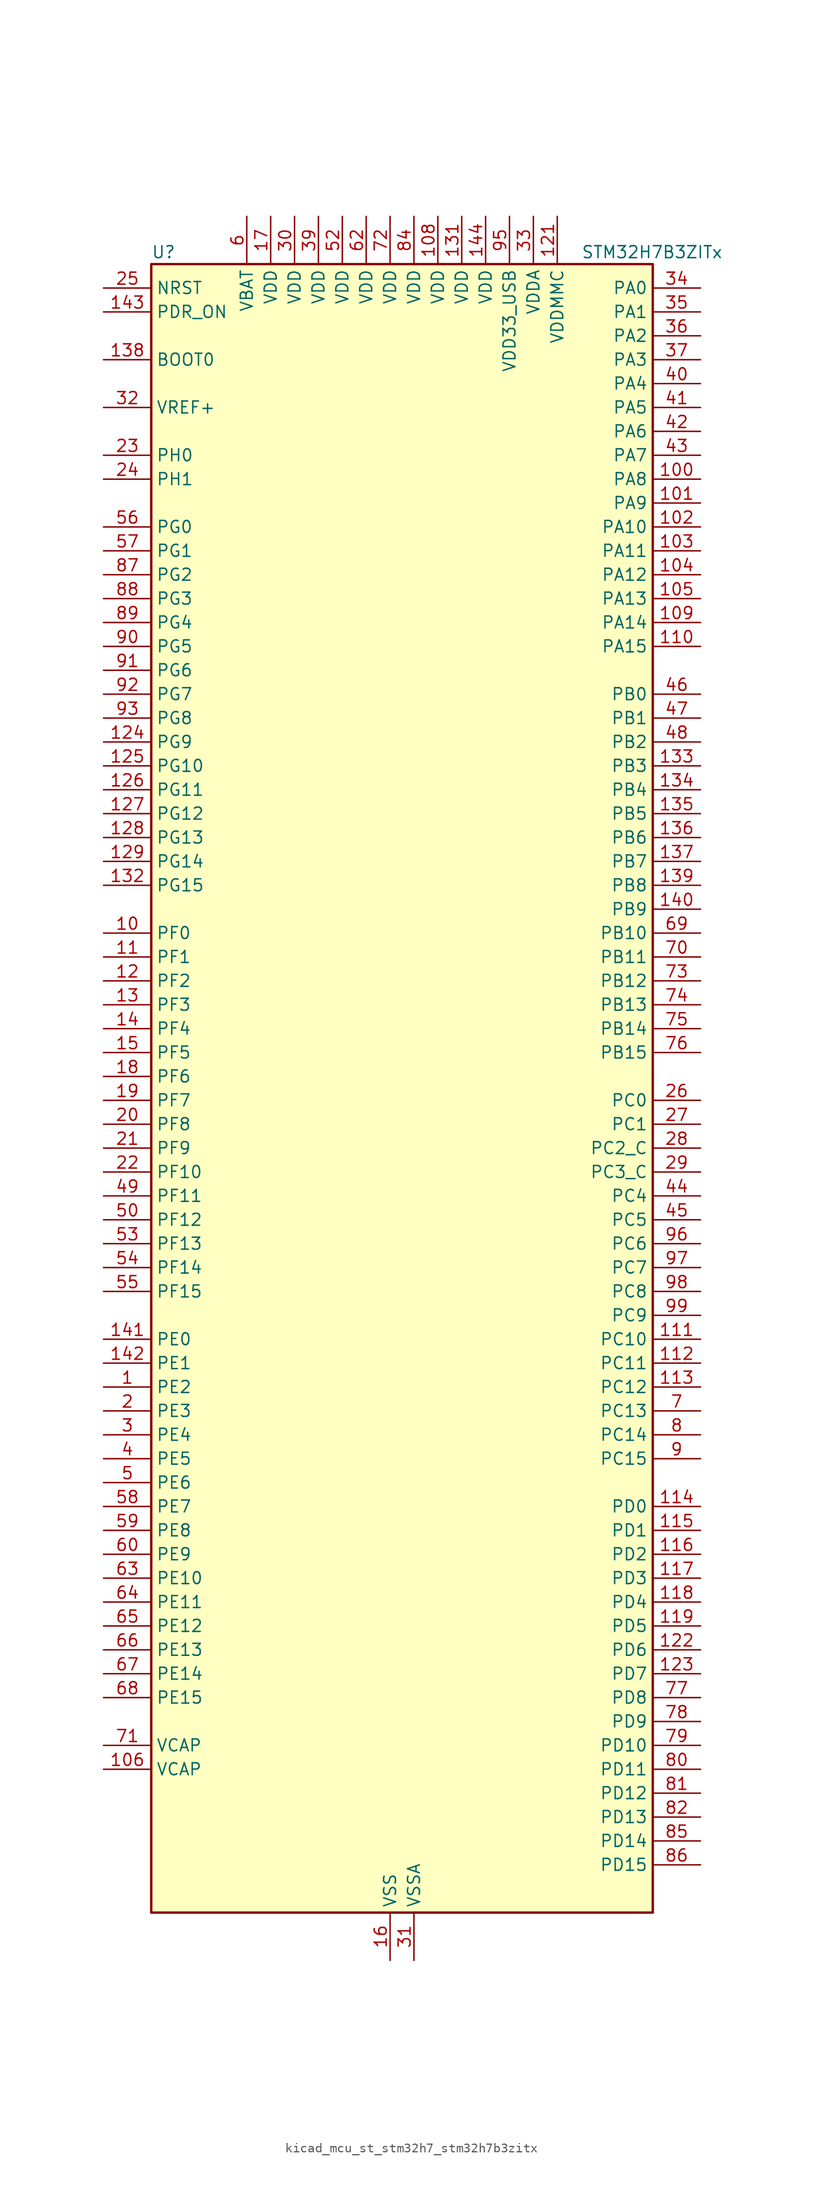
<source format=kicad_sym>
(kicad_symbol_lib
  (version 20220914)
  (generator kicad_symbol_editor)
  (symbol "kicad_mcu_st_stm32h7_stm32h7b3zitx"
    (property "Reference" "U"
      (at -25.4 90.17 0)
      (effects (font (size 1.27 1.27)) (justify left)))
    (property "Value" "STM32H7B3ZITx"
      (at 20.32 90.17 0)
      (effects (font (size 1.27 1.27)) (justify left)))
    (property "ki_locked" ""
      (at 0 0 0)
      (effects (font (size 1.27 1.27))))
    (symbol "kicad_mcu_st_stm32h7_stm32h7b3zitx_0_1"
      (rectangle (start -25.4 -86.36) (end 27.94 88.9) (stroke (width 0.254) (type default)) (fill (type background))))
    (symbol "kicad_mcu_st_stm32h7_stm32h7b3zitx_1_1"
      (pin bidirectional line (at -30.48 -30.48 0) (length 5.08) (name "PE2" (effects (font (size 1.27 1.27)))) (number "1" (effects (font (size 1.27 1.27)))) (alternate "DEBUG_TRACECLK" bidirectional line) (alternate "FMC_A23" bidirectional line) (alternate "OCTOSPIM_P1_IO2" bidirectional line) (alternate "SAI1_CK1" bidirectional line) (alternate "SAI1_MCLK_A" bidirectional line) (alternate "SPI4_SCK" bidirectional line) (alternate "USART10_RX" bidirectional line))
      (pin bidirectional line (at -30.48 17.78 0) (length 5.08) (name "PF0" (effects (font (size 1.27 1.27)))) (number "10" (effects (font (size 1.27 1.27)))) (alternate "FMC_A0" bidirectional line) (alternate "I2C2_SDA" bidirectional line) (alternate "OCTOSPIM_P2_IO0" bidirectional line))
      (pin bidirectional line (at 33.02 66.04 180) (length 5.08) (name "PA8" (effects (font (size 1.27 1.27)))) (number "100" (effects (font (size 1.27 1.27)))) (alternate "I2C3_SCL" bidirectional line) (alternate "LTDC_B3" bidirectional line) (alternate "LTDC_R6" bidirectional line) (alternate "RCC_MCO_1" bidirectional line) (alternate "TIM1_CH1" bidirectional line) (alternate "TIM8_BKIN2" bidirectional line) (alternate "TIM8_BKIN2_COMP1" bidirectional line) (alternate "TIM8_BKIN2_COMP2" bidirectional line) (alternate "UART7_RX" bidirectional line) (alternate "USART1_CK" bidirectional line) (alternate "USB_OTG_HS_SOF" bidirectional line))
      (pin bidirectional line (at 33.02 63.5 180) (length 5.08) (name "PA9" (effects (font (size 1.27 1.27)))) (number "101" (effects (font (size 1.27 1.27)))) (alternate "DAC1_EXTI9" bidirectional line) (alternate "DCMI_D0" bidirectional line) (alternate "I2C3_SMBA" bidirectional line) (alternate "I2S2_CK" bidirectional line) (alternate "LPUART1_TX" bidirectional line) (alternate "LTDC_R5" bidirectional line) (alternate "PSSI_D0" bidirectional line) (alternate "SPI2_SCK" bidirectional line) (alternate "TIM1_CH2" bidirectional line) (alternate "USART1_TX" bidirectional line) (alternate "USB_OTG_HS_VBUS" bidirectional line))
      (pin bidirectional line (at 33.02 60.96 180) (length 5.08) (name "PA10" (effects (font (size 1.27 1.27)))) (number "102" (effects (font (size 1.27 1.27)))) (alternate "DCMI_D1" bidirectional line) (alternate "LPUART1_RX" bidirectional line) (alternate "LTDC_B1" bidirectional line) (alternate "LTDC_B4" bidirectional line) (alternate "MDIOS_MDIO" bidirectional line) (alternate "PSSI_D1" bidirectional line) (alternate "TIM1_CH3" bidirectional line) (alternate "USART1_RX" bidirectional line) (alternate "USB_OTG_HS_ID" bidirectional line))
      (pin bidirectional line (at 33.02 58.42 180) (length 5.08) (name "PA11" (effects (font (size 1.27 1.27)))) (number "103" (effects (font (size 1.27 1.27)))) (alternate "ADC1_EXTI11" bidirectional line) (alternate "ADC2_EXTI11" bidirectional line) (alternate "FDCAN1_RX" bidirectional line) (alternate "I2S2_WS" bidirectional line) (alternate "LPUART1_CTS" bidirectional line) (alternate "LTDC_R4" bidirectional line) (alternate "SPI2_NSS" bidirectional line) (alternate "TIM1_CH4" bidirectional line) (alternate "UART4_RX" bidirectional line) (alternate "USART1_CTS" bidirectional line) (alternate "USART1_NSS" bidirectional line) (alternate "USB_OTG_HS_DM" bidirectional line))
      (pin bidirectional line (at 33.02 55.88 180) (length 5.08) (name "PA12" (effects (font (size 1.27 1.27)))) (number "104" (effects (font (size 1.27 1.27)))) (alternate "FDCAN1_TX" bidirectional line) (alternate "I2S2_CK" bidirectional line) (alternate "LPUART1_DE" bidirectional line) (alternate "LPUART1_RTS" bidirectional line) (alternate "LTDC_R5" bidirectional line) (alternate "SAI2_FS_B" bidirectional line) (alternate "SPI2_SCK" bidirectional line) (alternate "TIM1_ETR" bidirectional line) (alternate "UART4_TX" bidirectional line) (alternate "USART1_DE" bidirectional line) (alternate "USART1_RTS" bidirectional line) (alternate "USB_OTG_HS_DP" bidirectional line))
      (pin bidirectional line (at 33.02 53.34 180) (length 5.08) (name "PA13" (effects (font (size 1.27 1.27)))) (number "105" (effects (font (size 1.27 1.27)))) (alternate "DEBUG_JTMS-SWDIO" bidirectional line))
      (pin power_out line (at -30.48 -71.12 0) (length 5.08) (name "VCAP" (effects (font (size 1.27 1.27)))) (number "106" (effects (font (size 1.27 1.27)))))
      (pin passive line (at 0 -91.44 90) (length 5.08) hide (name "VSS" (effects (font (size 1.27 1.27)))) (number "107" (effects (font (size 1.27 1.27)))))
      (pin power_in line (at 5.08 93.98 270) (length 5.08) (name "VDD" (effects (font (size 1.27 1.27)))) (number "108" (effects (font (size 1.27 1.27)))))
      (pin bidirectional line (at 33.02 50.8 180) (length 5.08) (name "PA14" (effects (font (size 1.27 1.27)))) (number "109" (effects (font (size 1.27 1.27)))) (alternate "DEBUG_JTCK-SWCLK" bidirectional line))
      (pin bidirectional line (at -30.48 15.24 0) (length 5.08) (name "PF1" (effects (font (size 1.27 1.27)))) (number "11" (effects (font (size 1.27 1.27)))) (alternate "FMC_A1" bidirectional line) (alternate "I2C2_SCL" bidirectional line) (alternate "OCTOSPIM_P2_IO1" bidirectional line))
      (pin bidirectional line (at 33.02 48.26 180) (length 5.08) (name "PA15" (effects (font (size 1.27 1.27)))) (number "110" (effects (font (size 1.27 1.27)))) (alternate "ADC1_EXTI15" bidirectional line) (alternate "ADC2_EXTI15" bidirectional line) (alternate "CEC" bidirectional line) (alternate "DEBUG_JTDI" bidirectional line) (alternate "I2S1_WS" bidirectional line) (alternate "I2S3_WS" bidirectional line) (alternate "I2S6_WS" bidirectional line) (alternate "LTDC_B6" bidirectional line) (alternate "LTDC_R3" bidirectional line) (alternate "SPI1_NSS" bidirectional line) (alternate "SPI3_NSS" bidirectional line) (alternate "SPI6_NSS" bidirectional line) (alternate "TIM2_CH1" bidirectional line) (alternate "TIM2_ETR" bidirectional line) (alternate "UART4_DE" bidirectional line) (alternate "UART4_RTS" bidirectional line) (alternate "UART7_TX" bidirectional line))
      (pin bidirectional line (at 33.02 -25.4 180) (length 5.08) (name "PC10" (effects (font (size 1.27 1.27)))) (number "111" (effects (font (size 1.27 1.27)))) (alternate "DCMI_D8" bidirectional line) (alternate "DFSDM1_CKIN5" bidirectional line) (alternate "DFSDM2_CKIN0" bidirectional line) (alternate "I2S3_CK" bidirectional line) (alternate "LTDC_B1" bidirectional line) (alternate "LTDC_R2" bidirectional line) (alternate "OCTOSPIM_P1_IO1" bidirectional line) (alternate "PSSI_D8" bidirectional line) (alternate "SDMMC1_D2" bidirectional line) (alternate "SPI3_SCK" bidirectional line) (alternate "SWPMI1_RX" bidirectional line) (alternate "UART4_TX" bidirectional line) (alternate "USART3_TX" bidirectional line))
      (pin bidirectional line (at 33.02 -27.94 180) (length 5.08) (name "PC11" (effects (font (size 1.27 1.27)))) (number "112" (effects (font (size 1.27 1.27)))) (alternate "ADC1_EXTI11" bidirectional line) (alternate "ADC2_EXTI11" bidirectional line) (alternate "DCMI_D4" bidirectional line) (alternate "DFSDM1_DATIN5" bidirectional line) (alternate "DFSDM2_DATIN0" bidirectional line) (alternate "I2S3_SDI" bidirectional line) (alternate "LTDC_B4" bidirectional line) (alternate "OCTOSPIM_P1_NCS" bidirectional line) (alternate "PSSI_D4" bidirectional line) (alternate "SDMMC1_D3" bidirectional line) (alternate "SPI3_MISO" bidirectional line) (alternate "UART4_RX" bidirectional line) (alternate "USART3_RX" bidirectional line))
      (pin bidirectional line (at 33.02 -30.48 180) (length 5.08) (name "PC12" (effects (font (size 1.27 1.27)))) (number "113" (effects (font (size 1.27 1.27)))) (alternate "DCMI_D9" bidirectional line) (alternate "DEBUG_TRACED3" bidirectional line) (alternate "DFSDM2_CKOUT" bidirectional line) (alternate "I2S3_SDO" bidirectional line) (alternate "I2S6_CK" bidirectional line) (alternate "LTDC_R6" bidirectional line) (alternate "PSSI_D9" bidirectional line) (alternate "SDMMC1_CK" bidirectional line) (alternate "SPI3_MOSI" bidirectional line) (alternate "SPI6_SCK" bidirectional line) (alternate "TIM15_CH1" bidirectional line) (alternate "UART5_TX" bidirectional line) (alternate "USART3_CK" bidirectional line))
      (pin bidirectional line (at 33.02 -43.18 180) (length 5.08) (name "PD0" (effects (font (size 1.27 1.27)))) (number "114" (effects (font (size 1.27 1.27)))) (alternate "DFSDM1_CKIN6" bidirectional line) (alternate "FDCAN1_RX" bidirectional line) (alternate "FMC_D2" bidirectional line) (alternate "FMC_DA2" bidirectional line) (alternate "LTDC_B1" bidirectional line) (alternate "UART4_RX" bidirectional line) (alternate "UART9_CTS" bidirectional line))
      (pin bidirectional line (at 33.02 -45.72 180) (length 5.08) (name "PD1" (effects (font (size 1.27 1.27)))) (number "115" (effects (font (size 1.27 1.27)))) (alternate "DFSDM1_DATIN6" bidirectional line) (alternate "FDCAN1_TX" bidirectional line) (alternate "FMC_D3" bidirectional line) (alternate "FMC_DA3" bidirectional line) (alternate "UART4_TX" bidirectional line))
      (pin bidirectional line (at 33.02 -48.26 180) (length 5.08) (name "PD2" (effects (font (size 1.27 1.27)))) (number "116" (effects (font (size 1.27 1.27)))) (alternate "DCMI_D11" bidirectional line) (alternate "DEBUG_TRACED2" bidirectional line) (alternate "LTDC_B2" bidirectional line) (alternate "LTDC_B7" bidirectional line) (alternate "PSSI_D11" bidirectional line) (alternate "SDMMC1_CMD" bidirectional line) (alternate "TIM15_BKIN" bidirectional line) (alternate "TIM3_ETR" bidirectional line) (alternate "UART5_RX" bidirectional line))
      (pin bidirectional line (at 33.02 -50.8 180) (length 5.08) (name "PD3" (effects (font (size 1.27 1.27)))) (number "117" (effects (font (size 1.27 1.27)))) (alternate "DCMI_D5" bidirectional line) (alternate "DFSDM1_CKOUT" bidirectional line) (alternate "FMC_CLK" bidirectional line) (alternate "I2S2_CK" bidirectional line) (alternate "LTDC_G7" bidirectional line) (alternate "PSSI_D5" bidirectional line) (alternate "SPI2_SCK" bidirectional line) (alternate "USART2_CTS" bidirectional line) (alternate "USART2_NSS" bidirectional line))
      (pin bidirectional line (at 33.02 -53.34 180) (length 5.08) (name "PD4" (effects (font (size 1.27 1.27)))) (number "118" (effects (font (size 1.27 1.27)))) (alternate "FMC_NOE" bidirectional line) (alternate "OCTOSPIM_P1_IO4" bidirectional line) (alternate "USART2_DE" bidirectional line) (alternate "USART2_RTS" bidirectional line))
      (pin bidirectional line (at 33.02 -55.88 180) (length 5.08) (name "PD5" (effects (font (size 1.27 1.27)))) (number "119" (effects (font (size 1.27 1.27)))) (alternate "FMC_NWE" bidirectional line) (alternate "OCTOSPIM_P1_IO5" bidirectional line) (alternate "USART2_TX" bidirectional line))
      (pin bidirectional line (at -30.48 12.7 0) (length 5.08) (name "PF2" (effects (font (size 1.27 1.27)))) (number "12" (effects (font (size 1.27 1.27)))) (alternate "FMC_A2" bidirectional line) (alternate "I2C2_SMBA" bidirectional line) (alternate "OCTOSPIM_P2_IO2" bidirectional line))
      (pin passive line (at 0 -91.44 90) (length 5.08) hide (name "VSS" (effects (font (size 1.27 1.27)))) (number "120" (effects (font (size 1.27 1.27)))))
      (pin power_in line (at 17.78 93.98 270) (length 5.08) (name "VDDMMC" (effects (font (size 1.27 1.27)))) (number "121" (effects (font (size 1.27 1.27)))))
      (pin bidirectional line (at 33.02 -58.42 180) (length 5.08) (name "PD6" (effects (font (size 1.27 1.27)))) (number "122" (effects (font (size 1.27 1.27)))) (alternate "DCMI_D10" bidirectional line) (alternate "DFSDM1_CKIN4" bidirectional line) (alternate "DFSDM1_DATIN1" bidirectional line) (alternate "FMC_NWAIT" bidirectional line) (alternate "I2S3_SDO" bidirectional line) (alternate "LTDC_B2" bidirectional line) (alternate "OCTOSPIM_P1_IO6" bidirectional line) (alternate "PSSI_D10" bidirectional line) (alternate "SAI1_D1" bidirectional line) (alternate "SAI1_SD_A" bidirectional line) (alternate "SDMMC2_CK" bidirectional line) (alternate "SPI3_MOSI" bidirectional line) (alternate "USART2_RX" bidirectional line))
      (pin bidirectional line (at 33.02 -60.96 180) (length 5.08) (name "PD7" (effects (font (size 1.27 1.27)))) (number "123" (effects (font (size 1.27 1.27)))) (alternate "DFSDM1_CKIN1" bidirectional line) (alternate "DFSDM1_DATIN4" bidirectional line) (alternate "FMC_NE1" bidirectional line) (alternate "I2S1_SDO" bidirectional line) (alternate "OCTOSPIM_P1_IO7" bidirectional line) (alternate "SDMMC2_CMD" bidirectional line) (alternate "SPDIFRX_IN0" bidirectional line) (alternate "SPI1_MOSI" bidirectional line) (alternate "USART2_CK" bidirectional line))
      (pin bidirectional line (at -30.48 38.1 0) (length 5.08) (name "PG9" (effects (font (size 1.27 1.27)))) (number "124" (effects (font (size 1.27 1.27)))) (alternate "DAC1_EXTI9" bidirectional line) (alternate "DCMI_VSYNC" bidirectional line) (alternate "FMC_NCE" bidirectional line) (alternate "FMC_NE2" bidirectional line) (alternate "I2S1_SDI" bidirectional line) (alternate "OCTOSPIM_P1_IO6" bidirectional line) (alternate "PSSI_RDY" bidirectional line) (alternate "SAI2_FS_B" bidirectional line) (alternate "SDMMC2_D0" bidirectional line) (alternate "SPDIFRX_IN3" bidirectional line) (alternate "SPI1_MISO" bidirectional line) (alternate "USART6_RX" bidirectional line))
      (pin bidirectional line (at -30.48 35.56 0) (length 5.08) (name "PG10" (effects (font (size 1.27 1.27)))) (number "125" (effects (font (size 1.27 1.27)))) (alternate "DCMI_D2" bidirectional line) (alternate "FMC_NE3" bidirectional line) (alternate "I2S1_WS" bidirectional line) (alternate "LTDC_B2" bidirectional line) (alternate "LTDC_G3" bidirectional line) (alternate "OCTOSPIM_P2_IO6" bidirectional line) (alternate "PSSI_D2" bidirectional line) (alternate "SAI2_SD_B" bidirectional line) (alternate "SDMMC2_D1" bidirectional line) (alternate "SPI1_NSS" bidirectional line))
      (pin bidirectional line (at -30.48 33.02 0) (length 5.08) (name "PG11" (effects (font (size 1.27 1.27)))) (number "126" (effects (font (size 1.27 1.27)))) (alternate "ADC1_EXTI11" bidirectional line) (alternate "ADC2_EXTI11" bidirectional line) (alternate "DCMI_D3" bidirectional line) (alternate "I2S1_CK" bidirectional line) (alternate "LPTIM1_IN2" bidirectional line) (alternate "LTDC_B3" bidirectional line) (alternate "OCTOSPIM_P2_IO7" bidirectional line) (alternate "PSSI_D3" bidirectional line) (alternate "SDMMC2_D2" bidirectional line) (alternate "SPDIFRX_IN0" bidirectional line) (alternate "SPI1_SCK" bidirectional line) (alternate "USART10_RX" bidirectional line))
      (pin bidirectional line (at -30.48 30.48 0) (length 5.08) (name "PG12" (effects (font (size 1.27 1.27)))) (number "127" (effects (font (size 1.27 1.27)))) (alternate "FMC_NE4" bidirectional line) (alternate "I2S6_SDI" bidirectional line) (alternate "LPTIM1_IN1" bidirectional line) (alternate "LTDC_B1" bidirectional line) (alternate "LTDC_B4" bidirectional line) (alternate "OCTOSPIM_P2_NCS" bidirectional line) (alternate "SDMMC2_D3" bidirectional line) (alternate "SPDIFRX_IN1" bidirectional line) (alternate "SPI6_MISO" bidirectional line) (alternate "USART10_TX" bidirectional line) (alternate "USART6_DE" bidirectional line) (alternate "USART6_RTS" bidirectional line))
      (pin bidirectional line (at -30.48 27.94 0) (length 5.08) (name "PG13" (effects (font (size 1.27 1.27)))) (number "128" (effects (font (size 1.27 1.27)))) (alternate "DEBUG_TRACED0" bidirectional line) (alternate "FMC_A24" bidirectional line) (alternate "I2S6_CK" bidirectional line) (alternate "LPTIM1_OUT" bidirectional line) (alternate "LTDC_R0" bidirectional line) (alternate "SDMMC2_D6" bidirectional line) (alternate "SPI6_SCK" bidirectional line) (alternate "USART10_CTS" bidirectional line) (alternate "USART10_NSS" bidirectional line) (alternate "USART6_CTS" bidirectional line) (alternate "USART6_NSS" bidirectional line))
      (pin bidirectional line (at -30.48 25.4 0) (length 5.08) (name "PG14" (effects (font (size 1.27 1.27)))) (number "129" (effects (font (size 1.27 1.27)))) (alternate "DEBUG_TRACED1" bidirectional line) (alternate "FMC_A25" bidirectional line) (alternate "I2S6_SDO" bidirectional line) (alternate "LPTIM1_ETR" bidirectional line) (alternate "LTDC_B0" bidirectional line) (alternate "OCTOSPIM_P1_IO7" bidirectional line) (alternate "SDMMC2_D7" bidirectional line) (alternate "SPI6_MOSI" bidirectional line) (alternate "USART10_DE" bidirectional line) (alternate "USART10_RTS" bidirectional line) (alternate "USART6_TX" bidirectional line))
      (pin bidirectional line (at -30.48 10.16 0) (length 5.08) (name "PF3" (effects (font (size 1.27 1.27)))) (number "13" (effects (font (size 1.27 1.27)))) (alternate "FMC_A3" bidirectional line) (alternate "OCTOSPIM_P2_IO3" bidirectional line))
      (pin passive line (at 0 -91.44 90) (length 5.08) hide (name "VSS" (effects (font (size 1.27 1.27)))) (number "130" (effects (font (size 1.27 1.27)))))
      (pin power_in line (at 7.62 93.98 270) (length 5.08) (name "VDD" (effects (font (size 1.27 1.27)))) (number "131" (effects (font (size 1.27 1.27)))))
      (pin bidirectional line (at -30.48 22.86 0) (length 5.08) (name "PG15" (effects (font (size 1.27 1.27)))) (number "132" (effects (font (size 1.27 1.27)))) (alternate "ADC1_EXTI15" bidirectional line) (alternate "ADC2_EXTI15" bidirectional line) (alternate "DCMI_D13" bidirectional line) (alternate "FMC_SDNCAS" bidirectional line) (alternate "OCTOSPIM_P2_DQS" bidirectional line) (alternate "PSSI_D13" bidirectional line) (alternate "USART10_CK" bidirectional line) (alternate "USART6_CTS" bidirectional line) (alternate "USART6_NSS" bidirectional line))
      (pin bidirectional line (at 33.02 35.56 180) (length 5.08) (name "PB3" (effects (font (size 1.27 1.27)))) (number "133" (effects (font (size 1.27 1.27)))) (alternate "CRS_SYNC" bidirectional line) (alternate "DEBUG_JTDO-SWO" bidirectional line) (alternate "I2S1_CK" bidirectional line) (alternate "I2S3_CK" bidirectional line) (alternate "I2S6_CK" bidirectional line) (alternate "SDMMC2_D2" bidirectional line) (alternate "SPI1_SCK" bidirectional line) (alternate "SPI3_SCK" bidirectional line) (alternate "SPI6_SCK" bidirectional line) (alternate "TIM2_CH2" bidirectional line) (alternate "UART7_RX" bidirectional line))
      (pin bidirectional line (at 33.02 33.02 180) (length 5.08) (name "PB4" (effects (font (size 1.27 1.27)))) (number "134" (effects (font (size 1.27 1.27)))) (alternate "DEBUG_JTRST" bidirectional line) (alternate "I2S1_SDI" bidirectional line) (alternate "I2S2_WS" bidirectional line) (alternate "I2S3_SDI" bidirectional line) (alternate "I2S6_SDI" bidirectional line) (alternate "SDMMC2_D3" bidirectional line) (alternate "SPI1_MISO" bidirectional line) (alternate "SPI2_NSS" bidirectional line) (alternate "SPI3_MISO" bidirectional line) (alternate "SPI6_MISO" bidirectional line) (alternate "TIM16_BKIN" bidirectional line) (alternate "TIM3_CH1" bidirectional line) (alternate "UART7_TX" bidirectional line))
      (pin bidirectional line (at 33.02 30.48 180) (length 5.08) (name "PB5" (effects (font (size 1.27 1.27)))) (number "135" (effects (font (size 1.27 1.27)))) (alternate "DCMI_D10" bidirectional line) (alternate "FDCAN2_RX" bidirectional line) (alternate "FMC_SDCKE1" bidirectional line) (alternate "I2C1_SMBA" bidirectional line) (alternate "I2C4_SMBA" bidirectional line) (alternate "I2S1_SDO" bidirectional line) (alternate "I2S3_SDO" bidirectional line) (alternate "I2S6_SDO" bidirectional line) (alternate "LTDC_B5" bidirectional line) (alternate "PSSI_D10" bidirectional line) (alternate "SPI1_MOSI" bidirectional line) (alternate "SPI3_MOSI" bidirectional line) (alternate "SPI6_MOSI" bidirectional line) (alternate "TIM17_BKIN" bidirectional line) (alternate "TIM3_CH2" bidirectional line) (alternate "UART5_RX" bidirectional line) (alternate "USB_OTG_HS_ULPI_D7" bidirectional line))
      (pin bidirectional line (at 33.02 27.94 180) (length 5.08) (name "PB6" (effects (font (size 1.27 1.27)))) (number "136" (effects (font (size 1.27 1.27)))) (alternate "CEC" bidirectional line) (alternate "DCMI_D5" bidirectional line) (alternate "DFSDM1_DATIN5" bidirectional line) (alternate "FDCAN2_TX" bidirectional line) (alternate "FMC_SDNE1" bidirectional line) (alternate "I2C1_SCL" bidirectional line) (alternate "I2C4_SCL" bidirectional line) (alternate "LPUART1_TX" bidirectional line) (alternate "OCTOSPIM_P1_NCS" bidirectional line) (alternate "PSSI_D5" bidirectional line) (alternate "TIM16_CH1N" bidirectional line) (alternate "TIM4_CH1" bidirectional line) (alternate "UART5_TX" bidirectional line) (alternate "USART1_TX" bidirectional line))
      (pin bidirectional line (at 33.02 25.4 180) (length 5.08) (name "PB7" (effects (font (size 1.27 1.27)))) (number "137" (effects (font (size 1.27 1.27)))) (alternate "DCMI_VSYNC" bidirectional line) (alternate "DFSDM1_CKIN5" bidirectional line) (alternate "FMC_NL" bidirectional line) (alternate "I2C1_SDA" bidirectional line) (alternate "I2C4_SDA" bidirectional line) (alternate "LPUART1_RX" bidirectional line) (alternate "PSSI_RDY" bidirectional line) (alternate "PWR_PVD_IN" bidirectional line) (alternate "TIM17_CH1N" bidirectional line) (alternate "TIM4_CH2" bidirectional line) (alternate "USART1_RX" bidirectional line))
      (pin input line (at -30.48 78.74 0) (length 5.08) (name "BOOT0" (effects (font (size 1.27 1.27)))) (number "138" (effects (font (size 1.27 1.27)))))
      (pin bidirectional line (at 33.02 22.86 180) (length 5.08) (name "PB8" (effects (font (size 1.27 1.27)))) (number "139" (effects (font (size 1.27 1.27)))) (alternate "DCMI_D6" bidirectional line) (alternate "DFSDM1_CKIN7" bidirectional line) (alternate "FDCAN1_RX" bidirectional line) (alternate "I2C1_SCL" bidirectional line) (alternate "I2C4_SCL" bidirectional line) (alternate "LTDC_B6" bidirectional line) (alternate "PSSI_D6" bidirectional line) (alternate "SDMMC1_CKIN" bidirectional line) (alternate "SDMMC1_D4" bidirectional line) (alternate "SDMMC2_D4" bidirectional line) (alternate "TIM16_CH1" bidirectional line) (alternate "TIM4_CH3" bidirectional line) (alternate "UART4_RX" bidirectional line))
      (pin bidirectional line (at -30.48 7.62 0) (length 5.08) (name "PF4" (effects (font (size 1.27 1.27)))) (number "14" (effects (font (size 1.27 1.27)))) (alternate "FMC_A4" bidirectional line) (alternate "OCTOSPIM_P2_CLK" bidirectional line))
      (pin bidirectional line (at 33.02 20.32 180) (length 5.08) (name "PB9" (effects (font (size 1.27 1.27)))) (number "140" (effects (font (size 1.27 1.27)))) (alternate "DAC1_EXTI9" bidirectional line) (alternate "DCMI_D7" bidirectional line) (alternate "DFSDM1_DATIN7" bidirectional line) (alternate "FDCAN1_TX" bidirectional line) (alternate "I2C1_SDA" bidirectional line) (alternate "I2C4_SDA" bidirectional line) (alternate "I2C4_SMBA" bidirectional line) (alternate "I2S2_WS" bidirectional line) (alternate "LTDC_B7" bidirectional line) (alternate "PSSI_D7" bidirectional line) (alternate "SDMMC1_CDIR" bidirectional line) (alternate "SDMMC1_D5" bidirectional line) (alternate "SDMMC2_D5" bidirectional line) (alternate "SPI2_NSS" bidirectional line) (alternate "TIM17_CH1" bidirectional line) (alternate "TIM4_CH4" bidirectional line) (alternate "UART4_TX" bidirectional line))
      (pin bidirectional line (at -30.48 -25.4 0) (length 5.08) (name "PE0" (effects (font (size 1.27 1.27)))) (number "141" (effects (font (size 1.27 1.27)))) (alternate "DCMI_D2" bidirectional line) (alternate "FMC_NBL0" bidirectional line) (alternate "LPTIM1_ETR" bidirectional line) (alternate "LPTIM2_ETR" bidirectional line) (alternate "LTDC_R0" bidirectional line) (alternate "PSSI_D2" bidirectional line) (alternate "SAI2_MCLK_A" bidirectional line) (alternate "TIM4_ETR" bidirectional line) (alternate "UART8_RX" bidirectional line))
      (pin bidirectional line (at -30.48 -27.94 0) (length 5.08) (name "PE1" (effects (font (size 1.27 1.27)))) (number "142" (effects (font (size 1.27 1.27)))) (alternate "DCMI_D3" bidirectional line) (alternate "FMC_NBL1" bidirectional line) (alternate "LPTIM1_IN2" bidirectional line) (alternate "LTDC_R6" bidirectional line) (alternate "PSSI_D3" bidirectional line) (alternate "UART8_TX" bidirectional line))
      (pin input line (at -30.48 83.82 0) (length 5.08) (name "PDR_ON" (effects (font (size 1.27 1.27)))) (number "143" (effects (font (size 1.27 1.27)))))
      (pin power_in line (at 10.16 93.98 270) (length 5.08) (name "VDD" (effects (font (size 1.27 1.27)))) (number "144" (effects (font (size 1.27 1.27)))))
      (pin bidirectional line (at -30.48 5.08 0) (length 5.08) (name "PF5" (effects (font (size 1.27 1.27)))) (number "15" (effects (font (size 1.27 1.27)))) (alternate "FMC_A5" bidirectional line) (alternate "OCTOSPIM_P2_NCLK" bidirectional line))
      (pin power_in line (at 0 -91.44 90) (length 5.08) (name "VSS" (effects (font (size 1.27 1.27)))) (number "16" (effects (font (size 1.27 1.27)))))
      (pin power_in line (at -12.7 93.98 270) (length 5.08) (name "VDD" (effects (font (size 1.27 1.27)))) (number "17" (effects (font (size 1.27 1.27)))))
      (pin bidirectional line (at -30.48 2.54 0) (length 5.08) (name "PF6" (effects (font (size 1.27 1.27)))) (number "18" (effects (font (size 1.27 1.27)))) (alternate "OCTOSPIM_P1_IO3" bidirectional line) (alternate "SAI1_SD_B" bidirectional line) (alternate "SPI5_NSS" bidirectional line) (alternate "TIM16_CH1" bidirectional line) (alternate "UART7_RX" bidirectional line))
      (pin bidirectional line (at -30.48 0 0) (length 5.08) (name "PF7" (effects (font (size 1.27 1.27)))) (number "19" (effects (font (size 1.27 1.27)))) (alternate "OCTOSPIM_P1_IO2" bidirectional line) (alternate "SAI1_MCLK_B" bidirectional line) (alternate "SPI5_SCK" bidirectional line) (alternate "TIM17_CH1" bidirectional line) (alternate "UART7_TX" bidirectional line))
      (pin bidirectional line (at -30.48 -33.02 0) (length 5.08) (name "PE3" (effects (font (size 1.27 1.27)))) (number "2" (effects (font (size 1.27 1.27)))) (alternate "DEBUG_TRACED0" bidirectional line) (alternate "FMC_A19" bidirectional line) (alternate "SAI1_SD_B" bidirectional line) (alternate "TIM15_BKIN" bidirectional line) (alternate "USART10_TX" bidirectional line))
      (pin bidirectional line (at -30.48 -2.54 0) (length 5.08) (name "PF8" (effects (font (size 1.27 1.27)))) (number "20" (effects (font (size 1.27 1.27)))) (alternate "OCTOSPIM_P1_IO0" bidirectional line) (alternate "SAI1_SCK_B" bidirectional line) (alternate "SPI5_MISO" bidirectional line) (alternate "TIM13_CH1" bidirectional line) (alternate "TIM16_CH1N" bidirectional line) (alternate "UART7_DE" bidirectional line) (alternate "UART7_RTS" bidirectional line))
      (pin bidirectional line (at -30.48 -5.08 0) (length 5.08) (name "PF9" (effects (font (size 1.27 1.27)))) (number "21" (effects (font (size 1.27 1.27)))) (alternate "DAC1_EXTI9" bidirectional line) (alternate "OCTOSPIM_P1_IO1" bidirectional line) (alternate "SAI1_FS_B" bidirectional line) (alternate "SPI5_MOSI" bidirectional line) (alternate "TIM14_CH1" bidirectional line) (alternate "TIM17_CH1N" bidirectional line) (alternate "UART7_CTS" bidirectional line))
      (pin bidirectional line (at -30.48 -7.62 0) (length 5.08) (name "PF10" (effects (font (size 1.27 1.27)))) (number "22" (effects (font (size 1.27 1.27)))) (alternate "DCMI_D11" bidirectional line) (alternate "LTDC_DE" bidirectional line) (alternate "OCTOSPIM_P1_CLK" bidirectional line) (alternate "PSSI_D11" bidirectional line) (alternate "PSSI_D15" bidirectional line) (alternate "SAI1_D3" bidirectional line) (alternate "TIM16_BKIN" bidirectional line))
      (pin bidirectional line (at -30.48 68.58 0) (length 5.08) (name "PH0" (effects (font (size 1.27 1.27)))) (number "23" (effects (font (size 1.27 1.27)))) (alternate "RCC_OSC_IN" bidirectional line))
      (pin bidirectional line (at -30.48 66.04 0) (length 5.08) (name "PH1" (effects (font (size 1.27 1.27)))) (number "24" (effects (font (size 1.27 1.27)))) (alternate "RCC_OSC_OUT" bidirectional line))
      (pin input line (at -30.48 86.36 0) (length 5.08) (name "NRST" (effects (font (size 1.27 1.27)))) (number "25" (effects (font (size 1.27 1.27)))))
      (pin bidirectional line (at 33.02 0 180) (length 5.08) (name "PC0" (effects (font (size 1.27 1.27)))) (number "26" (effects (font (size 1.27 1.27)))) (alternate "ADC1_INP10" bidirectional line) (alternate "ADC2_INP10" bidirectional line) (alternate "DFSDM1_CKIN0" bidirectional line) (alternate "DFSDM1_DATIN4" bidirectional line) (alternate "FMC_A25" bidirectional line) (alternate "FMC_SDNWE" bidirectional line) (alternate "LTDC_G2" bidirectional line) (alternate "LTDC_R5" bidirectional line) (alternate "SAI2_FS_B" bidirectional line) (alternate "USB_OTG_HS_ULPI_STP" bidirectional line))
      (pin bidirectional line (at 33.02 -2.54 180) (length 5.08) (name "PC1" (effects (font (size 1.27 1.27)))) (number "27" (effects (font (size 1.27 1.27)))) (alternate "ADC1_INN10" bidirectional line) (alternate "ADC1_INP11" bidirectional line) (alternate "ADC2_INN10" bidirectional line) (alternate "ADC2_INP11" bidirectional line) (alternate "DEBUG_TRACED0" bidirectional line) (alternate "DFSDM1_CKIN4" bidirectional line) (alternate "DFSDM1_DATIN0" bidirectional line) (alternate "I2S2_SDO" bidirectional line) (alternate "LTDC_G5" bidirectional line) (alternate "MDIOS_MDC" bidirectional line) (alternate "OCTOSPIM_P1_IO4" bidirectional line) (alternate "PWR_WKUP6" bidirectional line) (alternate "RTC_TAMP3" bidirectional line) (alternate "SAI1_D1" bidirectional line) (alternate "SAI1_SD_A" bidirectional line) (alternate "SDMMC2_CK" bidirectional line) (alternate "SPI2_MOSI" bidirectional line))
      (pin bidirectional line (at 33.02 -5.08 180) (length 5.08) (name "PC2_C" (effects (font (size 1.27 1.27)))) (number "28" (effects (font (size 1.27 1.27)))) (alternate "ADC2_INN1" bidirectional line) (alternate "ADC2_INP0" bidirectional line) (alternate "DFSDM1_CKIN1" bidirectional line) (alternate "DFSDM1_CKOUT" bidirectional line) (alternate "FMC_SDNE0" bidirectional line) (alternate "I2S2_SDI" bidirectional line) (alternate "OCTOSPIM_P1_IO2" bidirectional line) (alternate "OCTOSPIM_P1_IO5" bidirectional line) (alternate "PWR_CSTOP" bidirectional line) (alternate "SPI2_MISO" bidirectional line) (alternate "USB_OTG_HS_ULPI_DIR" bidirectional line))
      (pin bidirectional line (at 33.02 -7.62 180) (length 5.08) (name "PC3_C" (effects (font (size 1.27 1.27)))) (number "29" (effects (font (size 1.27 1.27)))) (alternate "ADC2_INP1" bidirectional line) (alternate "DFSDM1_DATIN1" bidirectional line) (alternate "FMC_SDCKE0" bidirectional line) (alternate "I2S2_SDO" bidirectional line) (alternate "OCTOSPIM_P1_IO0" bidirectional line) (alternate "OCTOSPIM_P1_IO6" bidirectional line) (alternate "PWR_CSLEEP" bidirectional line) (alternate "SPI2_MOSI" bidirectional line) (alternate "USB_OTG_HS_ULPI_NXT" bidirectional line))
      (pin bidirectional line (at -30.48 -35.56 0) (length 5.08) (name "PE4" (effects (font (size 1.27 1.27)))) (number "3" (effects (font (size 1.27 1.27)))) (alternate "DCMI_D4" bidirectional line) (alternate "DEBUG_TRACED1" bidirectional line) (alternate "DFSDM1_DATIN3" bidirectional line) (alternate "FMC_A20" bidirectional line) (alternate "LTDC_B0" bidirectional line) (alternate "PSSI_D4" bidirectional line) (alternate "SAI1_D2" bidirectional line) (alternate "SAI1_FS_A" bidirectional line) (alternate "SPI4_NSS" bidirectional line) (alternate "TIM15_CH1N" bidirectional line))
      (pin power_in line (at -10.16 93.98 270) (length 5.08) (name "VDD" (effects (font (size 1.27 1.27)))) (number "30" (effects (font (size 1.27 1.27)))))
      (pin power_in line (at 2.54 -91.44 90) (length 5.08) (name "VSSA" (effects (font (size 1.27 1.27)))) (number "31" (effects (font (size 1.27 1.27)))))
      (pin input line (at -30.48 73.66 0) (length 5.08) (name "VREF+" (effects (font (size 1.27 1.27)))) (number "32" (effects (font (size 1.27 1.27)))) (alternate "VREFBUF_OUT" bidirectional line))
      (pin power_in line (at 15.24 93.98 270) (length 5.08) (name "VDDA" (effects (font (size 1.27 1.27)))) (number "33" (effects (font (size 1.27 1.27)))))
      (pin bidirectional line (at 33.02 86.36 180) (length 5.08) (name "PA0" (effects (font (size 1.27 1.27)))) (number "34" (effects (font (size 1.27 1.27)))) (alternate "ADC1_INP16" bidirectional line) (alternate "I2S6_WS" bidirectional line) (alternate "PWR_WKUP1" bidirectional line) (alternate "SAI2_SD_B" bidirectional line) (alternate "SDMMC2_CMD" bidirectional line) (alternate "SPI6_NSS" bidirectional line) (alternate "TIM15_BKIN" bidirectional line) (alternate "TIM2_CH1" bidirectional line) (alternate "TIM2_ETR" bidirectional line) (alternate "TIM5_CH1" bidirectional line) (alternate "TIM8_ETR" bidirectional line) (alternate "UART4_TX" bidirectional line) (alternate "USART2_CTS" bidirectional line) (alternate "USART2_NSS" bidirectional line))
      (pin bidirectional line (at 33.02 83.82 180) (length 5.08) (name "PA1" (effects (font (size 1.27 1.27)))) (number "35" (effects (font (size 1.27 1.27)))) (alternate "ADC1_INN16" bidirectional line) (alternate "ADC1_INP17" bidirectional line) (alternate "LPTIM3_OUT" bidirectional line) (alternate "LTDC_R2" bidirectional line) (alternate "OCTOSPIM_P1_DQS" bidirectional line) (alternate "OCTOSPIM_P1_IO3" bidirectional line) (alternate "SAI2_MCLK_B" bidirectional line) (alternate "TIM15_CH1N" bidirectional line) (alternate "TIM2_CH2" bidirectional line) (alternate "TIM5_CH2" bidirectional line) (alternate "UART4_RX" bidirectional line) (alternate "USART2_DE" bidirectional line) (alternate "USART2_RTS" bidirectional line))
      (pin bidirectional line (at 33.02 81.28 180) (length 5.08) (name "PA2" (effects (font (size 1.27 1.27)))) (number "36" (effects (font (size 1.27 1.27)))) (alternate "ADC1_INP14" bidirectional line) (alternate "DFSDM2_CKIN1" bidirectional line) (alternate "LTDC_R1" bidirectional line) (alternate "MDIOS_MDIO" bidirectional line) (alternate "PWR_WKUP2" bidirectional line) (alternate "SAI2_SCK_B" bidirectional line) (alternate "TIM15_CH1" bidirectional line) (alternate "TIM2_CH3" bidirectional line) (alternate "TIM5_CH3" bidirectional line) (alternate "USART2_TX" bidirectional line))
      (pin bidirectional line (at 33.02 78.74 180) (length 5.08) (name "PA3" (effects (font (size 1.27 1.27)))) (number "37" (effects (font (size 1.27 1.27)))) (alternate "ADC1_INP15" bidirectional line) (alternate "I2S6_MCK" bidirectional line) (alternate "LTDC_B2" bidirectional line) (alternate "LTDC_B5" bidirectional line) (alternate "OCTOSPIM_P1_CLK" bidirectional line) (alternate "TIM15_CH2" bidirectional line) (alternate "TIM2_CH4" bidirectional line) (alternate "TIM5_CH4" bidirectional line) (alternate "USART2_RX" bidirectional line) (alternate "USB_OTG_HS_ULPI_D0" bidirectional line))
      (pin passive line (at 0 -91.44 90) (length 5.08) hide (name "VSS" (effects (font (size 1.27 1.27)))) (number "38" (effects (font (size 1.27 1.27)))))
      (pin power_in line (at -7.62 93.98 270) (length 5.08) (name "VDD" (effects (font (size 1.27 1.27)))) (number "39" (effects (font (size 1.27 1.27)))))
      (pin bidirectional line (at -30.48 -38.1 0) (length 5.08) (name "PE5" (effects (font (size 1.27 1.27)))) (number "4" (effects (font (size 1.27 1.27)))) (alternate "DCMI_D6" bidirectional line) (alternate "DEBUG_TRACED2" bidirectional line) (alternate "DFSDM1_CKIN3" bidirectional line) (alternate "FMC_A21" bidirectional line) (alternate "LTDC_G0" bidirectional line) (alternate "PSSI_D6" bidirectional line) (alternate "SAI1_CK2" bidirectional line) (alternate "SAI1_SCK_A" bidirectional line) (alternate "SPI4_MISO" bidirectional line) (alternate "TIM15_CH1" bidirectional line))
      (pin bidirectional line (at 33.02 76.2 180) (length 5.08) (name "PA4" (effects (font (size 1.27 1.27)))) (number "40" (effects (font (size 1.27 1.27)))) (alternate "ADC1_INP18" bidirectional line) (alternate "DAC1_OUT1" bidirectional line) (alternate "DCMI_HSYNC" bidirectional line) (alternate "I2S1_WS" bidirectional line) (alternate "I2S3_WS" bidirectional line) (alternate "I2S6_WS" bidirectional line) (alternate "LTDC_VSYNC" bidirectional line) (alternate "PSSI_DE" bidirectional line) (alternate "SPI1_NSS" bidirectional line) (alternate "SPI3_NSS" bidirectional line) (alternate "SPI6_NSS" bidirectional line) (alternate "TIM5_ETR" bidirectional line) (alternate "USART2_CK" bidirectional line))
      (pin bidirectional line (at 33.02 73.66 180) (length 5.08) (name "PA5" (effects (font (size 1.27 1.27)))) (number "41" (effects (font (size 1.27 1.27)))) (alternate "ADC1_INN18" bidirectional line) (alternate "ADC1_INP19" bidirectional line) (alternate "DAC1_OUT2" bidirectional line) (alternate "I2S1_CK" bidirectional line) (alternate "I2S6_CK" bidirectional line) (alternate "LTDC_R4" bidirectional line) (alternate "PSSI_D14" bidirectional line) (alternate "PWR_NDSTOP2" bidirectional line) (alternate "SPI1_SCK" bidirectional line) (alternate "SPI6_SCK" bidirectional line) (alternate "TIM2_CH1" bidirectional line) (alternate "TIM2_ETR" bidirectional line) (alternate "TIM8_CH1N" bidirectional line) (alternate "USB_OTG_HS_ULPI_CK" bidirectional line))
      (pin bidirectional line (at 33.02 71.12 180) (length 5.08) (name "PA6" (effects (font (size 1.27 1.27)))) (number "42" (effects (font (size 1.27 1.27)))) (alternate "ADC1_INP3" bidirectional line) (alternate "ADC2_INP3" bidirectional line) (alternate "DAC2_OUT1" bidirectional line) (alternate "DCMI_PIXCLK" bidirectional line) (alternate "I2S1_SDI" bidirectional line) (alternate "I2S6_SDI" bidirectional line) (alternate "LTDC_G2" bidirectional line) (alternate "MDIOS_MDC" bidirectional line) (alternate "OCTOSPIM_P1_IO3" bidirectional line) (alternate "PSSI_PDCK" bidirectional line) (alternate "SPI1_MISO" bidirectional line) (alternate "SPI6_MISO" bidirectional line) (alternate "TIM13_CH1" bidirectional line) (alternate "TIM1_BKIN" bidirectional line) (alternate "TIM1_BKIN_COMP1" bidirectional line) (alternate "TIM1_BKIN_COMP2" bidirectional line) (alternate "TIM3_CH1" bidirectional line) (alternate "TIM8_BKIN" bidirectional line) (alternate "TIM8_BKIN_COMP1" bidirectional line) (alternate "TIM8_BKIN_COMP2" bidirectional line))
      (pin bidirectional line (at 33.02 68.58 180) (length 5.08) (name "PA7" (effects (font (size 1.27 1.27)))) (number "43" (effects (font (size 1.27 1.27)))) (alternate "ADC1_INN3" bidirectional line) (alternate "ADC1_INP7" bidirectional line) (alternate "ADC2_INN3" bidirectional line) (alternate "ADC2_INP7" bidirectional line) (alternate "DFSDM2_DATIN1" bidirectional line) (alternate "FMC_SDNWE" bidirectional line) (alternate "I2S1_SDO" bidirectional line) (alternate "I2S6_SDO" bidirectional line) (alternate "LTDC_VSYNC" bidirectional line) (alternate "OCTOSPIM_P1_IO2" bidirectional line) (alternate "OPAMP1_VINM" bidirectional line) (alternate "SPI1_MOSI" bidirectional line) (alternate "SPI6_MOSI" bidirectional line) (alternate "TIM14_CH1" bidirectional line) (alternate "TIM1_CH1N" bidirectional line) (alternate "TIM3_CH2" bidirectional line) (alternate "TIM8_CH1N" bidirectional line))
      (pin bidirectional line (at 33.02 -10.16 180) (length 5.08) (name "PC4" (effects (font (size 1.27 1.27)))) (number "44" (effects (font (size 1.27 1.27)))) (alternate "ADC1_INP4" bidirectional line) (alternate "ADC2_INP4" bidirectional line) (alternate "COMP1_INM" bidirectional line) (alternate "DFSDM1_CKIN2" bidirectional line) (alternate "FMC_SDNE0" bidirectional line) (alternate "I2S1_MCK" bidirectional line) (alternate "LTDC_R7" bidirectional line) (alternate "OPAMP1_VOUT" bidirectional line) (alternate "SPDIFRX_IN2" bidirectional line))
      (pin bidirectional line (at 33.02 -12.7 180) (length 5.08) (name "PC5" (effects (font (size 1.27 1.27)))) (number "45" (effects (font (size 1.27 1.27)))) (alternate "ADC1_INN4" bidirectional line) (alternate "ADC1_INP8" bidirectional line) (alternate "ADC2_INN4" bidirectional line) (alternate "ADC2_INP8" bidirectional line) (alternate "COMP1_OUT" bidirectional line) (alternate "DFSDM1_DATIN2" bidirectional line) (alternate "FMC_SDCKE0" bidirectional line) (alternate "LTDC_DE" bidirectional line) (alternate "OCTOSPIM_P1_DQS" bidirectional line) (alternate "OPAMP1_VINM" bidirectional line) (alternate "PSSI_D15" bidirectional line) (alternate "SAI1_D3" bidirectional line) (alternate "SPDIFRX_IN3" bidirectional line))
      (pin bidirectional line (at 33.02 43.18 180) (length 5.08) (name "PB0" (effects (font (size 1.27 1.27)))) (number "46" (effects (font (size 1.27 1.27)))) (alternate "ADC1_INN5" bidirectional line) (alternate "ADC1_INP9" bidirectional line) (alternate "ADC2_INN5" bidirectional line) (alternate "ADC2_INP9" bidirectional line) (alternate "COMP1_INP" bidirectional line) (alternate "DFSDM1_CKOUT" bidirectional line) (alternate "DFSDM2_CKOUT" bidirectional line) (alternate "LTDC_G1" bidirectional line) (alternate "LTDC_R3" bidirectional line) (alternate "OCTOSPIM_P1_IO1" bidirectional line) (alternate "OPAMP1_VINP" bidirectional line) (alternate "TIM1_CH2N" bidirectional line) (alternate "TIM3_CH3" bidirectional line) (alternate "TIM8_CH2N" bidirectional line) (alternate "UART4_CTS" bidirectional line) (alternate "USB_OTG_HS_ULPI_D1" bidirectional line))
      (pin bidirectional line (at 33.02 40.64 180) (length 5.08) (name "PB1" (effects (font (size 1.27 1.27)))) (number "47" (effects (font (size 1.27 1.27)))) (alternate "ADC1_INP5" bidirectional line) (alternate "ADC2_INP5" bidirectional line) (alternate "COMP1_INM" bidirectional line) (alternate "DFSDM1_DATIN1" bidirectional line) (alternate "LTDC_G0" bidirectional line) (alternate "LTDC_R6" bidirectional line) (alternate "OCTOSPIM_P1_IO0" bidirectional line) (alternate "TIM1_CH3N" bidirectional line) (alternate "TIM3_CH4" bidirectional line) (alternate "TIM8_CH3N" bidirectional line) (alternate "USB_OTG_HS_ULPI_D2" bidirectional line))
      (pin bidirectional line (at 33.02 38.1 180) (length 5.08) (name "PB2" (effects (font (size 1.27 1.27)))) (number "48" (effects (font (size 1.27 1.27)))) (alternate "COMP1_INP" bidirectional line) (alternate "DFSDM1_CKIN1" bidirectional line) (alternate "I2S3_SDO" bidirectional line) (alternate "OCTOSPIM_P1_CLK" bidirectional line) (alternate "OCTOSPIM_P1_DQS" bidirectional line) (alternate "RTC_OUT_ALARM" bidirectional line) (alternate "RTC_OUT_CALIB" bidirectional line) (alternate "SAI1_D1" bidirectional line) (alternate "SAI1_SD_A" bidirectional line) (alternate "SPI3_MOSI" bidirectional line))
      (pin bidirectional line (at -30.48 -10.16 0) (length 5.08) (name "PF11" (effects (font (size 1.27 1.27)))) (number "49" (effects (font (size 1.27 1.27)))) (alternate "ADC1_EXTI11" bidirectional line) (alternate "ADC1_INP2" bidirectional line) (alternate "ADC2_EXTI11" bidirectional line) (alternate "DCMI_D12" bidirectional line) (alternate "FMC_SDNRAS" bidirectional line) (alternate "OCTOSPIM_P1_NCLK" bidirectional line) (alternate "PSSI_D12" bidirectional line) (alternate "SAI2_SD_B" bidirectional line) (alternate "SPI5_MOSI" bidirectional line))
      (pin bidirectional line (at -30.48 -40.64 0) (length 5.08) (name "PE6" (effects (font (size 1.27 1.27)))) (number "5" (effects (font (size 1.27 1.27)))) (alternate "DCMI_D7" bidirectional line) (alternate "DEBUG_TRACED3" bidirectional line) (alternate "FMC_A22" bidirectional line) (alternate "LTDC_G1" bidirectional line) (alternate "PSSI_D7" bidirectional line) (alternate "SAI1_D1" bidirectional line) (alternate "SAI1_SD_A" bidirectional line) (alternate "SAI2_MCLK_B" bidirectional line) (alternate "SPI4_MOSI" bidirectional line) (alternate "TIM15_CH2" bidirectional line) (alternate "TIM1_BKIN2" bidirectional line) (alternate "TIM1_BKIN2_COMP1" bidirectional line) (alternate "TIM1_BKIN2_COMP2" bidirectional line))
      (pin bidirectional line (at -30.48 -12.7 0) (length 5.08) (name "PF12" (effects (font (size 1.27 1.27)))) (number "50" (effects (font (size 1.27 1.27)))) (alternate "ADC1_INN2" bidirectional line) (alternate "ADC1_INP6" bidirectional line) (alternate "FMC_A6" bidirectional line) (alternate "OCTOSPIM_P2_DQS" bidirectional line))
      (pin passive line (at 0 -91.44 90) (length 5.08) hide (name "VSS" (effects (font (size 1.27 1.27)))) (number "51" (effects (font (size 1.27 1.27)))))
      (pin power_in line (at -5.08 93.98 270) (length 5.08) (name "VDD" (effects (font (size 1.27 1.27)))) (number "52" (effects (font (size 1.27 1.27)))))
      (pin bidirectional line (at -30.48 -15.24 0) (length 5.08) (name "PF13" (effects (font (size 1.27 1.27)))) (number "53" (effects (font (size 1.27 1.27)))) (alternate "ADC2_INP2" bidirectional line) (alternate "DFSDM1_DATIN6" bidirectional line) (alternate "FMC_A7" bidirectional line) (alternate "I2C4_SMBA" bidirectional line))
      (pin bidirectional line (at -30.48 -17.78 0) (length 5.08) (name "PF14" (effects (font (size 1.27 1.27)))) (number "54" (effects (font (size 1.27 1.27)))) (alternate "ADC2_INN2" bidirectional line) (alternate "ADC2_INP6" bidirectional line) (alternate "DFSDM1_CKIN6" bidirectional line) (alternate "FMC_A8" bidirectional line) (alternate "I2C4_SCL" bidirectional line))
      (pin bidirectional line (at -30.48 -20.32 0) (length 5.08) (name "PF15" (effects (font (size 1.27 1.27)))) (number "55" (effects (font (size 1.27 1.27)))) (alternate "ADC1_EXTI15" bidirectional line) (alternate "ADC2_EXTI15" bidirectional line) (alternate "FMC_A9" bidirectional line) (alternate "I2C4_SDA" bidirectional line))
      (pin bidirectional line (at -30.48 60.96 0) (length 5.08) (name "PG0" (effects (font (size 1.27 1.27)))) (number "56" (effects (font (size 1.27 1.27)))) (alternate "FMC_A10" bidirectional line) (alternate "OCTOSPIM_P2_IO4" bidirectional line) (alternate "UART9_RX" bidirectional line))
      (pin bidirectional line (at -30.48 58.42 0) (length 5.08) (name "PG1" (effects (font (size 1.27 1.27)))) (number "57" (effects (font (size 1.27 1.27)))) (alternate "FMC_A11" bidirectional line) (alternate "OCTOSPIM_P2_IO5" bidirectional line) (alternate "OPAMP2_VINM" bidirectional line) (alternate "UART9_TX" bidirectional line))
      (pin bidirectional line (at -30.48 -43.18 0) (length 5.08) (name "PE7" (effects (font (size 1.27 1.27)))) (number "58" (effects (font (size 1.27 1.27)))) (alternate "COMP2_INM" bidirectional line) (alternate "DFSDM1_DATIN2" bidirectional line) (alternate "FMC_D4" bidirectional line) (alternate "FMC_DA4" bidirectional line) (alternate "OCTOSPIM_P1_IO4" bidirectional line) (alternate "OPAMP2_VOUT" bidirectional line) (alternate "TIM1_ETR" bidirectional line) (alternate "UART7_RX" bidirectional line))
      (pin bidirectional line (at -30.48 -45.72 0) (length 5.08) (name "PE8" (effects (font (size 1.27 1.27)))) (number "59" (effects (font (size 1.27 1.27)))) (alternate "COMP2_OUT" bidirectional line) (alternate "DFSDM1_CKIN2" bidirectional line) (alternate "FMC_D5" bidirectional line) (alternate "FMC_DA5" bidirectional line) (alternate "OCTOSPIM_P1_IO5" bidirectional line) (alternate "OPAMP2_VINM" bidirectional line) (alternate "TIM1_CH1N" bidirectional line) (alternate "UART7_TX" bidirectional line))
      (pin power_in line (at -15.24 93.98 270) (length 5.08) (name "VBAT" (effects (font (size 1.27 1.27)))) (number "6" (effects (font (size 1.27 1.27)))))
      (pin bidirectional line (at -30.48 -48.26 0) (length 5.08) (name "PE9" (effects (font (size 1.27 1.27)))) (number "60" (effects (font (size 1.27 1.27)))) (alternate "COMP2_INP" bidirectional line) (alternate "DAC1_EXTI9" bidirectional line) (alternate "DFSDM1_CKOUT" bidirectional line) (alternate "FMC_D6" bidirectional line) (alternate "FMC_DA6" bidirectional line) (alternate "OCTOSPIM_P1_IO6" bidirectional line) (alternate "OPAMP2_VINP" bidirectional line) (alternate "TIM1_CH1" bidirectional line) (alternate "UART7_DE" bidirectional line) (alternate "UART7_RTS" bidirectional line))
      (pin passive line (at 0 -91.44 90) (length 5.08) hide (name "VSS" (effects (font (size 1.27 1.27)))) (number "61" (effects (font (size 1.27 1.27)))))
      (pin power_in line (at -2.54 93.98 270) (length 5.08) (name "VDD" (effects (font (size 1.27 1.27)))) (number "62" (effects (font (size 1.27 1.27)))))
      (pin bidirectional line (at -30.48 -50.8 0) (length 5.08) (name "PE10" (effects (font (size 1.27 1.27)))) (number "63" (effects (font (size 1.27 1.27)))) (alternate "COMP2_INM" bidirectional line) (alternate "DFSDM1_DATIN4" bidirectional line) (alternate "FMC_D7" bidirectional line) (alternate "FMC_DA7" bidirectional line) (alternate "OCTOSPIM_P1_IO7" bidirectional line) (alternate "TIM1_CH2N" bidirectional line) (alternate "UART7_CTS" bidirectional line))
      (pin bidirectional line (at -30.48 -53.34 0) (length 5.08) (name "PE11" (effects (font (size 1.27 1.27)))) (number "64" (effects (font (size 1.27 1.27)))) (alternate "ADC1_EXTI11" bidirectional line) (alternate "ADC2_EXTI11" bidirectional line) (alternate "COMP2_INP" bidirectional line) (alternate "DFSDM1_CKIN4" bidirectional line) (alternate "FMC_D8" bidirectional line) (alternate "FMC_DA8" bidirectional line) (alternate "LTDC_G3" bidirectional line) (alternate "OCTOSPIM_P1_NCS" bidirectional line) (alternate "SAI2_SD_B" bidirectional line) (alternate "SPI4_NSS" bidirectional line) (alternate "TIM1_CH2" bidirectional line))
      (pin bidirectional line (at -30.48 -55.88 0) (length 5.08) (name "PE12" (effects (font (size 1.27 1.27)))) (number "65" (effects (font (size 1.27 1.27)))) (alternate "COMP1_OUT" bidirectional line) (alternate "DFSDM1_DATIN5" bidirectional line) (alternate "FMC_D9" bidirectional line) (alternate "FMC_DA9" bidirectional line) (alternate "LTDC_B4" bidirectional line) (alternate "SAI2_SCK_B" bidirectional line) (alternate "SPI4_SCK" bidirectional line) (alternate "TIM1_CH3N" bidirectional line))
      (pin bidirectional line (at -30.48 -58.42 0) (length 5.08) (name "PE13" (effects (font (size 1.27 1.27)))) (number "66" (effects (font (size 1.27 1.27)))) (alternate "COMP2_OUT" bidirectional line) (alternate "DFSDM1_CKIN5" bidirectional line) (alternate "FMC_D10" bidirectional line) (alternate "FMC_DA10" bidirectional line) (alternate "LTDC_DE" bidirectional line) (alternate "SAI2_FS_B" bidirectional line) (alternate "SPI4_MISO" bidirectional line) (alternate "TIM1_CH3" bidirectional line))
      (pin bidirectional line (at -30.48 -60.96 0) (length 5.08) (name "PE14" (effects (font (size 1.27 1.27)))) (number "67" (effects (font (size 1.27 1.27)))) (alternate "FMC_D11" bidirectional line) (alternate "FMC_DA11" bidirectional line) (alternate "LTDC_CLK" bidirectional line) (alternate "SAI2_MCLK_B" bidirectional line) (alternate "SPI4_MOSI" bidirectional line) (alternate "TIM1_CH4" bidirectional line))
      (pin bidirectional line (at -30.48 -63.5 0) (length 5.08) (name "PE15" (effects (font (size 1.27 1.27)))) (number "68" (effects (font (size 1.27 1.27)))) (alternate "ADC1_EXTI15" bidirectional line) (alternate "ADC2_EXTI15" bidirectional line) (alternate "FMC_D12" bidirectional line) (alternate "FMC_DA12" bidirectional line) (alternate "LTDC_R7" bidirectional line) (alternate "TIM1_BKIN" bidirectional line) (alternate "TIM1_BKIN_COMP1" bidirectional line) (alternate "TIM1_BKIN_COMP2" bidirectional line) (alternate "USART10_CK" bidirectional line))
      (pin bidirectional line (at 33.02 17.78 180) (length 5.08) (name "PB10" (effects (font (size 1.27 1.27)))) (number "69" (effects (font (size 1.27 1.27)))) (alternate "DFSDM1_DATIN7" bidirectional line) (alternate "I2C2_SCL" bidirectional line) (alternate "I2S2_CK" bidirectional line) (alternate "LPTIM2_IN1" bidirectional line) (alternate "LTDC_G4" bidirectional line) (alternate "OCTOSPIM_P1_NCS" bidirectional line) (alternate "SPI2_SCK" bidirectional line) (alternate "TIM2_CH3" bidirectional line) (alternate "USART3_TX" bidirectional line) (alternate "USB_OTG_HS_ULPI_D3" bidirectional line))
      (pin bidirectional line (at 33.02 -33.02 180) (length 5.08) (name "PC13" (effects (font (size 1.27 1.27)))) (number "7" (effects (font (size 1.27 1.27)))) (alternate "PWR_WKUP4" bidirectional line) (alternate "RTC_OUT_ALARM" bidirectional line) (alternate "RTC_OUT_CALIB" bidirectional line) (alternate "RTC_TAMP1" bidirectional line) (alternate "RTC_TS" bidirectional line))
      (pin bidirectional line (at 33.02 15.24 180) (length 5.08) (name "PB11" (effects (font (size 1.27 1.27)))) (number "70" (effects (font (size 1.27 1.27)))) (alternate "ADC1_EXTI11" bidirectional line) (alternate "ADC2_EXTI11" bidirectional line) (alternate "DFSDM1_CKIN7" bidirectional line) (alternate "I2C2_SDA" bidirectional line) (alternate "LPTIM2_ETR" bidirectional line) (alternate "LTDC_G5" bidirectional line) (alternate "TIM2_CH4" bidirectional line) (alternate "USART3_RX" bidirectional line) (alternate "USB_OTG_HS_ULPI_D4" bidirectional line))
      (pin power_out line (at -30.48 -68.58 0) (length 5.08) (name "VCAP" (effects (font (size 1.27 1.27)))) (number "71" (effects (font (size 1.27 1.27)))))
      (pin power_in line (at 0 93.98 270) (length 5.08) (name "VDD" (effects (font (size 1.27 1.27)))) (number "72" (effects (font (size 1.27 1.27)))))
      (pin bidirectional line (at 33.02 12.7 180) (length 5.08) (name "PB12" (effects (font (size 1.27 1.27)))) (number "73" (effects (font (size 1.27 1.27)))) (alternate "DFSDM1_DATIN1" bidirectional line) (alternate "DFSDM2_DATIN1" bidirectional line) (alternate "FDCAN2_RX" bidirectional line) (alternate "I2C2_SMBA" bidirectional line) (alternate "I2S2_WS" bidirectional line) (alternate "OCTOSPIM_P1_NCLK" bidirectional line) (alternate "SPI2_NSS" bidirectional line) (alternate "TIM1_BKIN" bidirectional line) (alternate "TIM1_BKIN_COMP1" bidirectional line) (alternate "TIM1_BKIN_COMP2" bidirectional line) (alternate "UART5_RX" bidirectional line) (alternate "USART3_CK" bidirectional line) (alternate "USB_OTG_HS_ULPI_D5" bidirectional line))
      (pin bidirectional line (at 33.02 10.16 180) (length 5.08) (name "PB13" (effects (font (size 1.27 1.27)))) (number "74" (effects (font (size 1.27 1.27)))) (alternate "DCMI_D2" bidirectional line) (alternate "DFSDM1_CKIN1" bidirectional line) (alternate "DFSDM2_CKIN1" bidirectional line) (alternate "FDCAN2_TX" bidirectional line) (alternate "I2S2_CK" bidirectional line) (alternate "LPTIM2_OUT" bidirectional line) (alternate "PSSI_D2" bidirectional line) (alternate "SDMMC1_D0" bidirectional line) (alternate "SPI2_SCK" bidirectional line) (alternate "TIM1_CH1N" bidirectional line) (alternate "UART5_TX" bidirectional line) (alternate "USART3_CTS" bidirectional line) (alternate "USART3_NSS" bidirectional line) (alternate "USB_OTG_HS_ULPI_D6" bidirectional line))
      (pin bidirectional line (at 33.02 7.62 180) (length 5.08) (name "PB14" (effects (font (size 1.27 1.27)))) (number "75" (effects (font (size 1.27 1.27)))) (alternate "DFSDM1_DATIN2" bidirectional line) (alternate "I2S2_SDI" bidirectional line) (alternate "LTDC_CLK" bidirectional line) (alternate "SDMMC2_D0" bidirectional line) (alternate "SPI2_MISO" bidirectional line) (alternate "TIM12_CH1" bidirectional line) (alternate "TIM1_CH2N" bidirectional line) (alternate "TIM8_CH2N" bidirectional line) (alternate "UART4_DE" bidirectional line) (alternate "UART4_RTS" bidirectional line) (alternate "USART1_TX" bidirectional line) (alternate "USART3_DE" bidirectional line) (alternate "USART3_RTS" bidirectional line))
      (pin bidirectional line (at 33.02 5.08 180) (length 5.08) (name "PB15" (effects (font (size 1.27 1.27)))) (number "76" (effects (font (size 1.27 1.27)))) (alternate "ADC1_EXTI15" bidirectional line) (alternate "ADC2_EXTI15" bidirectional line) (alternate "DFSDM1_CKIN2" bidirectional line) (alternate "I2S2_SDO" bidirectional line) (alternate "LTDC_G7" bidirectional line) (alternate "RTC_REFIN" bidirectional line) (alternate "SDMMC2_D1" bidirectional line) (alternate "SPI2_MOSI" bidirectional line) (alternate "TIM12_CH2" bidirectional line) (alternate "TIM1_CH3N" bidirectional line) (alternate "TIM8_CH3N" bidirectional line) (alternate "UART4_CTS" bidirectional line) (alternate "USART1_RX" bidirectional line))
      (pin bidirectional line (at 33.02 -63.5 180) (length 5.08) (name "PD8" (effects (font (size 1.27 1.27)))) (number "77" (effects (font (size 1.27 1.27)))) (alternate "DFSDM1_CKIN3" bidirectional line) (alternate "FMC_D13" bidirectional line) (alternate "FMC_DA13" bidirectional line) (alternate "SPDIFRX_IN1" bidirectional line) (alternate "USART3_TX" bidirectional line))
      (pin bidirectional line (at 33.02 -66.04 180) (length 5.08) (name "PD9" (effects (font (size 1.27 1.27)))) (number "78" (effects (font (size 1.27 1.27)))) (alternate "DAC1_EXTI9" bidirectional line) (alternate "DFSDM1_DATIN3" bidirectional line) (alternate "FMC_D14" bidirectional line) (alternate "FMC_DA14" bidirectional line) (alternate "USART3_RX" bidirectional line))
      (pin bidirectional line (at 33.02 -68.58 180) (length 5.08) (name "PD10" (effects (font (size 1.27 1.27)))) (number "79" (effects (font (size 1.27 1.27)))) (alternate "DFSDM1_CKOUT" bidirectional line) (alternate "DFSDM2_CKOUT" bidirectional line) (alternate "FMC_D15" bidirectional line) (alternate "FMC_DA15" bidirectional line) (alternate "LTDC_B3" bidirectional line) (alternate "USART3_CK" bidirectional line))
      (pin bidirectional line (at 33.02 -35.56 180) (length 5.08) (name "PC14" (effects (font (size 1.27 1.27)))) (number "8" (effects (font (size 1.27 1.27)))) (alternate "RCC_OSC32_IN" bidirectional line))
      (pin bidirectional line (at 33.02 -71.12 180) (length 5.08) (name "PD11" (effects (font (size 1.27 1.27)))) (number "80" (effects (font (size 1.27 1.27)))) (alternate "ADC1_EXTI11" bidirectional line) (alternate "ADC2_EXTI11" bidirectional line) (alternate "FMC_A16" bidirectional line) (alternate "FMC_CLE" bidirectional line) (alternate "I2C4_SMBA" bidirectional line) (alternate "LPTIM2_IN2" bidirectional line) (alternate "OCTOSPIM_P1_IO0" bidirectional line) (alternate "SAI2_SD_A" bidirectional line) (alternate "USART3_CTS" bidirectional line) (alternate "USART3_NSS" bidirectional line))
      (pin bidirectional line (at 33.02 -73.66 180) (length 5.08) (name "PD12" (effects (font (size 1.27 1.27)))) (number "81" (effects (font (size 1.27 1.27)))) (alternate "DCMI_D12" bidirectional line) (alternate "FMC_A17" bidirectional line) (alternate "FMC_ALE" bidirectional line) (alternate "I2C4_SCL" bidirectional line) (alternate "LPTIM1_IN1" bidirectional line) (alternate "LPTIM2_IN1" bidirectional line) (alternate "OCTOSPIM_P1_IO1" bidirectional line) (alternate "PSSI_D12" bidirectional line) (alternate "SAI2_FS_A" bidirectional line) (alternate "TIM4_CH1" bidirectional line) (alternate "USART3_DE" bidirectional line) (alternate "USART3_RTS" bidirectional line))
      (pin bidirectional line (at 33.02 -76.2 180) (length 5.08) (name "PD13" (effects (font (size 1.27 1.27)))) (number "82" (effects (font (size 1.27 1.27)))) (alternate "DCMI_D13" bidirectional line) (alternate "FMC_A18" bidirectional line) (alternate "I2C4_SDA" bidirectional line) (alternate "LPTIM1_OUT" bidirectional line) (alternate "OCTOSPIM_P1_IO3" bidirectional line) (alternate "PSSI_D13" bidirectional line) (alternate "SAI2_SCK_A" bidirectional line) (alternate "TIM4_CH2" bidirectional line) (alternate "UART9_DE" bidirectional line) (alternate "UART9_RTS" bidirectional line))
      (pin passive line (at 0 -91.44 90) (length 5.08) hide (name "VSS" (effects (font (size 1.27 1.27)))) (number "83" (effects (font (size 1.27 1.27)))))
      (pin power_in line (at 2.54 93.98 270) (length 5.08) (name "VDD" (effects (font (size 1.27 1.27)))) (number "84" (effects (font (size 1.27 1.27)))))
      (pin bidirectional line (at 33.02 -78.74 180) (length 5.08) (name "PD14" (effects (font (size 1.27 1.27)))) (number "85" (effects (font (size 1.27 1.27)))) (alternate "FMC_D0" bidirectional line) (alternate "FMC_DA0" bidirectional line) (alternate "TIM4_CH3" bidirectional line) (alternate "UART8_CTS" bidirectional line) (alternate "UART9_RX" bidirectional line))
      (pin bidirectional line (at 33.02 -81.28 180) (length 5.08) (name "PD15" (effects (font (size 1.27 1.27)))) (number "86" (effects (font (size 1.27 1.27)))) (alternate "ADC1_EXTI15" bidirectional line) (alternate "ADC2_EXTI15" bidirectional line) (alternate "FMC_D1" bidirectional line) (alternate "FMC_DA1" bidirectional line) (alternate "TIM4_CH4" bidirectional line) (alternate "UART8_DE" bidirectional line) (alternate "UART8_RTS" bidirectional line) (alternate "UART9_TX" bidirectional line))
      (pin bidirectional line (at -30.48 55.88 0) (length 5.08) (name "PG2" (effects (font (size 1.27 1.27)))) (number "87" (effects (font (size 1.27 1.27)))) (alternate "FMC_A12" bidirectional line) (alternate "TIM8_BKIN" bidirectional line) (alternate "TIM8_BKIN_COMP1" bidirectional line) (alternate "TIM8_BKIN_COMP2" bidirectional line))
      (pin bidirectional line (at -30.48 53.34 0) (length 5.08) (name "PG3" (effects (font (size 1.27 1.27)))) (number "88" (effects (font (size 1.27 1.27)))) (alternate "FMC_A13" bidirectional line) (alternate "TIM8_BKIN2" bidirectional line) (alternate "TIM8_BKIN2_COMP1" bidirectional line) (alternate "TIM8_BKIN2_COMP2" bidirectional line))
      (pin bidirectional line (at -30.48 50.8 0) (length 5.08) (name "PG4" (effects (font (size 1.27 1.27)))) (number "89" (effects (font (size 1.27 1.27)))) (alternate "FMC_A14" bidirectional line) (alternate "FMC_BA0" bidirectional line) (alternate "TIM1_BKIN2" bidirectional line) (alternate "TIM1_BKIN2_COMP1" bidirectional line) (alternate "TIM1_BKIN2_COMP2" bidirectional line))
      (pin bidirectional line (at 33.02 -38.1 180) (length 5.08) (name "PC15" (effects (font (size 1.27 1.27)))) (number "9" (effects (font (size 1.27 1.27)))) (alternate "ADC1_EXTI15" bidirectional line) (alternate "ADC2_EXTI15" bidirectional line) (alternate "RCC_OSC32_OUT" bidirectional line))
      (pin bidirectional line (at -30.48 48.26 0) (length 5.08) (name "PG5" (effects (font (size 1.27 1.27)))) (number "90" (effects (font (size 1.27 1.27)))) (alternate "FMC_A15" bidirectional line) (alternate "FMC_BA1" bidirectional line) (alternate "TIM1_ETR" bidirectional line))
      (pin bidirectional line (at -30.48 45.72 0) (length 5.08) (name "PG6" (effects (font (size 1.27 1.27)))) (number "91" (effects (font (size 1.27 1.27)))) (alternate "DCMI_D12" bidirectional line) (alternate "FMC_NE3" bidirectional line) (alternate "LTDC_R7" bidirectional line) (alternate "OCTOSPIM_P1_NCS" bidirectional line) (alternate "PSSI_D12" bidirectional line) (alternate "TIM17_BKIN" bidirectional line))
      (pin bidirectional line (at -30.48 43.18 0) (length 5.08) (name "PG7" (effects (font (size 1.27 1.27)))) (number "92" (effects (font (size 1.27 1.27)))) (alternate "DCMI_D13" bidirectional line) (alternate "FMC_INT" bidirectional line) (alternate "LTDC_CLK" bidirectional line) (alternate "OCTOSPIM_P2_DQS" bidirectional line) (alternate "PSSI_D13" bidirectional line) (alternate "SAI1_MCLK_A" bidirectional line) (alternate "USART6_CK" bidirectional line))
      (pin bidirectional line (at -30.48 40.64 0) (length 5.08) (name "PG8" (effects (font (size 1.27 1.27)))) (number "93" (effects (font (size 1.27 1.27)))) (alternate "FMC_SDCLK" bidirectional line) (alternate "I2S6_WS" bidirectional line) (alternate "LTDC_G7" bidirectional line) (alternate "SPDIFRX_IN2" bidirectional line) (alternate "SPI6_NSS" bidirectional line) (alternate "TIM8_ETR" bidirectional line) (alternate "USART6_DE" bidirectional line) (alternate "USART6_RTS" bidirectional line))
      (pin passive line (at 0 -91.44 90) (length 5.08) hide (name "VSS" (effects (font (size 1.27 1.27)))) (number "94" (effects (font (size 1.27 1.27)))))
      (pin power_in line (at 12.7 93.98 270) (length 5.08) (name "VDD33_USB" (effects (font (size 1.27 1.27)))) (number "95" (effects (font (size 1.27 1.27)))))
      (pin bidirectional line (at 33.02 -15.24 180) (length 5.08) (name "PC6" (effects (font (size 1.27 1.27)))) (number "96" (effects (font (size 1.27 1.27)))) (alternate "DCMI_D0" bidirectional line) (alternate "DFSDM1_CKIN3" bidirectional line) (alternate "FMC_NWAIT" bidirectional line) (alternate "I2S2_MCK" bidirectional line) (alternate "LTDC_HSYNC" bidirectional line) (alternate "PSSI_D0" bidirectional line) (alternate "SDMMC1_D0DIR" bidirectional line) (alternate "SDMMC1_D6" bidirectional line) (alternate "SDMMC2_D6" bidirectional line) (alternate "SWPMI1_IO" bidirectional line) (alternate "TIM3_CH1" bidirectional line) (alternate "TIM8_CH1" bidirectional line) (alternate "USART6_TX" bidirectional line))
      (pin bidirectional line (at 33.02 -17.78 180) (length 5.08) (name "PC7" (effects (font (size 1.27 1.27)))) (number "97" (effects (font (size 1.27 1.27)))) (alternate "DCMI_D1" bidirectional line) (alternate "DEBUG_TRGIO" bidirectional line) (alternate "DFSDM1_DATIN3" bidirectional line) (alternate "FMC_NE1" bidirectional line) (alternate "I2S3_MCK" bidirectional line) (alternate "LTDC_G6" bidirectional line) (alternate "PSSI_D1" bidirectional line) (alternate "SDMMC1_D123DIR" bidirectional line) (alternate "SDMMC1_D7" bidirectional line) (alternate "SDMMC2_D7" bidirectional line) (alternate "SWPMI1_TX" bidirectional line) (alternate "TIM3_CH2" bidirectional line) (alternate "TIM8_CH2" bidirectional line) (alternate "USART6_RX" bidirectional line))
      (pin bidirectional line (at 33.02 -20.32 180) (length 5.08) (name "PC8" (effects (font (size 1.27 1.27)))) (number "98" (effects (font (size 1.27 1.27)))) (alternate "DCMI_D2" bidirectional line) (alternate "DEBUG_TRACED1" bidirectional line) (alternate "FMC_INT" bidirectional line) (alternate "FMC_NCE" bidirectional line) (alternate "FMC_NE2" bidirectional line) (alternate "PSSI_D2" bidirectional line) (alternate "SDMMC1_D0" bidirectional line) (alternate "SWPMI1_RX" bidirectional line) (alternate "TIM3_CH3" bidirectional line) (alternate "TIM8_CH3" bidirectional line) (alternate "UART5_DE" bidirectional line) (alternate "UART5_RTS" bidirectional line) (alternate "USART6_CK" bidirectional line))
      (pin bidirectional line (at 33.02 -22.86 180) (length 5.08) (name "PC9" (effects (font (size 1.27 1.27)))) (number "99" (effects (font (size 1.27 1.27)))) (alternate "DAC1_EXTI9" bidirectional line) (alternate "DCMI_D3" bidirectional line) (alternate "I2C3_SDA" bidirectional line) (alternate "I2S_CKIN" bidirectional line) (alternate "LTDC_B2" bidirectional line) (alternate "LTDC_G3" bidirectional line) (alternate "OCTOSPIM_P1_IO0" bidirectional line) (alternate "PSSI_D3" bidirectional line) (alternate "RCC_MCO_2" bidirectional line) (alternate "SDMMC1_D1" bidirectional line) (alternate "SWPMI1_SUSPEND" bidirectional line) (alternate "TIM3_CH4" bidirectional line) (alternate "TIM8_CH4" bidirectional line) (alternate "UART5_CTS" bidirectional line)))))
</source>
